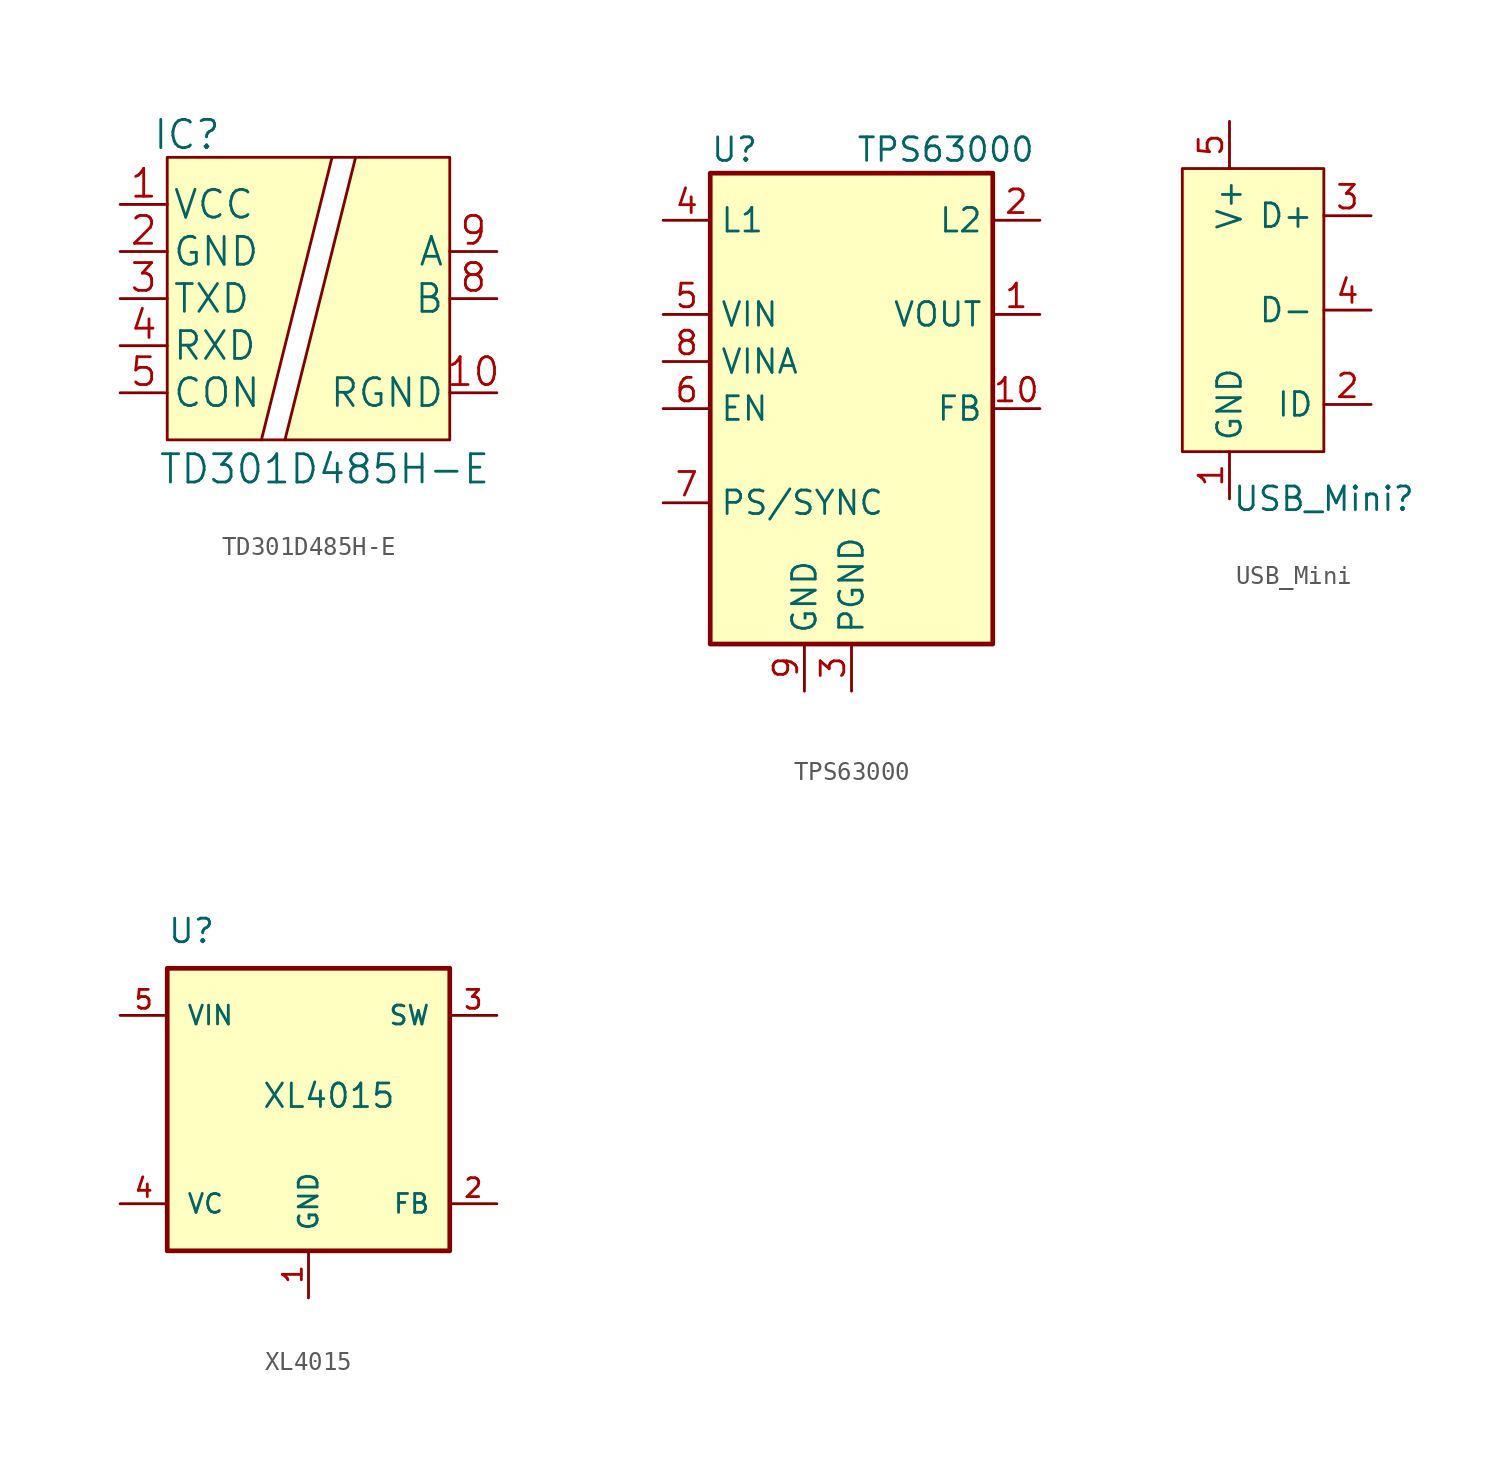
<source format=kicad_sym>
(kicad_symbol_lib
  (version 20220914)
  (generator kicad_symbol_editor)
  (symbol "TD301D485H-E"
    (pin_names
      (offset 0.254))
    (property "Reference" "IC"
      (at -11.633 8.839 0)
      (effects (font (size 1.524 1.524))))
    (property "Value" "TD301D485H-E"
      (at -4.216 -9.195 0)
      (effects (font (size 1.524 1.524))))
    (symbol "TD301D485H-E_1_1"
      (polyline (pts (xy -6.35 -7.62) (xy -7.62 -7.62)) (stroke (width 0) (type default)) (fill (type none)))
      (polyline (pts (xy -2.54 7.62) (xy -3.81 7.62)) (stroke (width 0) (type default)) (fill (type none)))
      (polyline (pts (xy -12.7 7.62) (xy -12.7 -7.62) (xy -7.62 -7.62) (xy -3.81 7.62) (xy -12.7 7.62)) (stroke (width 0) (type default)) (fill (type background)))
      (polyline (pts (xy -2.54 7.62) (xy -6.35 -7.62) (xy 2.54 -7.62) (xy 2.54 7.62) (xy -2.54 7.62)) (stroke (width 0) (type default)) (fill (type background)))
      (pin power_in line (at -15.24 5.08 0) (length 2.54) (name "VCC" (effects (font (size 1.499 1.499)))) (number "1" (effects (font (size 1.499 1.499)))))
      (pin power_in line (at 5.08 -5.08 180) (length 2.54) (name "RGND" (effects (font (size 1.499 1.499)))) (number "10" (effects (font (size 1.499 1.499)))))
      (pin power_in line (at -15.24 2.54 0) (length 2.54) (name "GND" (effects (font (size 1.499 1.499)))) (number "2" (effects (font (size 1.499 1.499)))))
      (pin output line (at -15.24 0 0) (length 2.54) (name "TXD" (effects (font (size 1.499 1.499)))) (number "3" (effects (font (size 1.499 1.499)))))
      (pin input line (at -15.24 -2.54 0) (length 2.54) (name "RXD" (effects (font (size 1.499 1.499)))) (number "4" (effects (font (size 1.499 1.499)))))
      (pin unspecified line (at -15.24 -5.08 0) (length 2.54) (name "CON" (effects (font (size 1.499 1.499)))) (number "5" (effects (font (size 1.499 1.499)))))
      (pin unspecified line (at 5.08 0 180) (length 2.54) (name "B" (effects (font (size 1.499 1.499)))) (number "8" (effects (font (size 1.499 1.499)))))
      (pin unspecified line (at 5.08 2.54 180) (length 2.54) (name "A" (effects (font (size 1.499 1.499)))) (number "9" (effects (font (size 1.499 1.499)))))))
  (symbol "TPS63000"
    (property "Reference" "U"
      (at -7.62 13.97 0)
      (effects (font (size 1.27 1.27)) (justify left)))
    (property "Value" "TPS63000"
      (at 5.08 13.97 0)
      (effects (font (size 1.27 1.27))))
    (symbol "TPS63000_0_1"
      (rectangle (start -7.62 12.7) (end 7.62 -12.7) (stroke (width 0.254) (type default)) (fill (type background))))
    (symbol "TPS63000_1_1"
      (pin power_out line (at 10.16 5.08 180) (length 2.54) (name "VOUT" (effects (font (size 1.27 1.27)))) (number "1" (effects (font (size 1.27 1.27)))))
      (pin input line (at 10.16 0 180) (length 2.54) (name "FB" (effects (font (size 1.27 1.27)))) (number "10" (effects (font (size 1.27 1.27)))))
      (pin passive line (at 0 -15.24 90) (length 2.54) hide (name "PGND" (effects (font (size 1.27 1.27)))) (number "11" (effects (font (size 1.27 1.27)))))
      (pin input line (at 10.16 10.16 180) (length 2.54) (name "L2" (effects (font (size 1.27 1.27)))) (number "2" (effects (font (size 1.27 1.27)))))
      (pin power_in line (at 0 -15.24 90) (length 2.54) (name "PGND" (effects (font (size 1.27 1.27)))) (number "3" (effects (font (size 1.27 1.27)))))
      (pin input line (at -10.16 10.16 0) (length 2.54) (name "L1" (effects (font (size 1.27 1.27)))) (number "4" (effects (font (size 1.27 1.27)))))
      (pin power_in line (at -10.16 5.08 0) (length 2.54) (name "VIN" (effects (font (size 1.27 1.27)))) (number "5" (effects (font (size 1.27 1.27)))))
      (pin input line (at -10.16 0 0) (length 2.54) (name "EN" (effects (font (size 1.27 1.27)))) (number "6" (effects (font (size 1.27 1.27)))))
      (pin input line (at -10.16 -5.08 0) (length 2.54) (name "PS/SYNC" (effects (font (size 1.27 1.27)))) (number "7" (effects (font (size 1.27 1.27)))))
      (pin power_in line (at -10.16 2.54 0) (length 2.54) (name "VINA" (effects (font (size 1.27 1.27)))) (number "8" (effects (font (size 1.27 1.27)))))
      (pin power_in line (at -2.54 -15.24 90) (length 2.54) (name "GND" (effects (font (size 1.27 1.27)))) (number "9" (effects (font (size 1.27 1.27)))))))
  (symbol "USB_Mini"
    (property "Reference" "USB_Mini"
      (at 5.08 -10.16 0)
      (effects (font (size 1.27 1.27))))
    (property "Value" ""
      (at 4.445 -1.905 0)
      (effects (font (size 1.27 1.27))))
    (symbol "USB_Mini_1_1"
      (rectangle (start -2.54 7.62) (end 5.08 -7.62) (stroke (width 0) (type default)) (fill (type background)))
      (pin power_in line (at 0 -10.16 90) (length 2.54) (name "GND" (effects (font (size 1.27 1.27)))) (number "1" (effects (font (size 1.27 1.27)))))
      (pin input line (at 7.62 -5.08 180) (length 2.54) (name "ID" (effects (font (size 1.27 1.27)))) (number "2" (effects (font (size 1.27 1.27)))))
      (pin input line (at 7.62 5.08 180) (length 2.54) (name "D+" (effects (font (size 1.27 1.27)))) (number "3" (effects (font (size 1.27 1.27)))))
      (pin input line (at 7.62 0 180) (length 2.54) (name "D-" (effects (font (size 1.27 1.27)))) (number "4" (effects (font (size 1.27 1.27)))))
      (pin power_in line (at 0 10.16 270) (length 2.54) (name "V+" (effects (font (size 1.27 1.27)))) (number "5" (effects (font (size 1.27 1.27)))))))
  (symbol "XL4015"
    (pin_names
      (offset 1.016))
    (property "Reference" "U"
      (at -7.62 8.89 0)
      (effects (font (size 1.27 1.27)) (justify left bottom)))
    (property "Value" "XL4015"
      (at -2.54 0 0)
      (effects (font (size 1.27 1.27)) (justify left bottom)))
    (symbol "XL4015_0_0"
      (rectangle (start -7.62 -7.62) (end 7.62 7.62) (stroke (width 0.254) (type default)) (fill (type background)))
      (pin power_in line (at 0 -10.16 90) (length 2.54) (name "GND" (effects (font (size 1.016 1.016)))) (number "1" (effects (font (size 1.016 1.016)))))
      (pin input line (at 10.16 -5.08 180) (length 2.54) (name "FB" (effects (font (size 1.016 1.016)))) (number "2" (effects (font (size 1.016 1.016)))))
      (pin output line (at 10.16 5.08 180) (length 2.54) (name "SW" (effects (font (size 1.016 1.016)))) (number "3" (effects (font (size 1.016 1.016)))))
      (pin passive line (at -10.16 -5.08 0) (length 2.54) (name "VC" (effects (font (size 1.016 1.016)))) (number "4" (effects (font (size 1.016 1.016)))))
      (pin input line (at -10.16 5.08 0) (length 2.54) (name "VIN" (effects (font (size 1.016 1.016)))) (number "5" (effects (font (size 1.016 1.016))))))))
</source>
